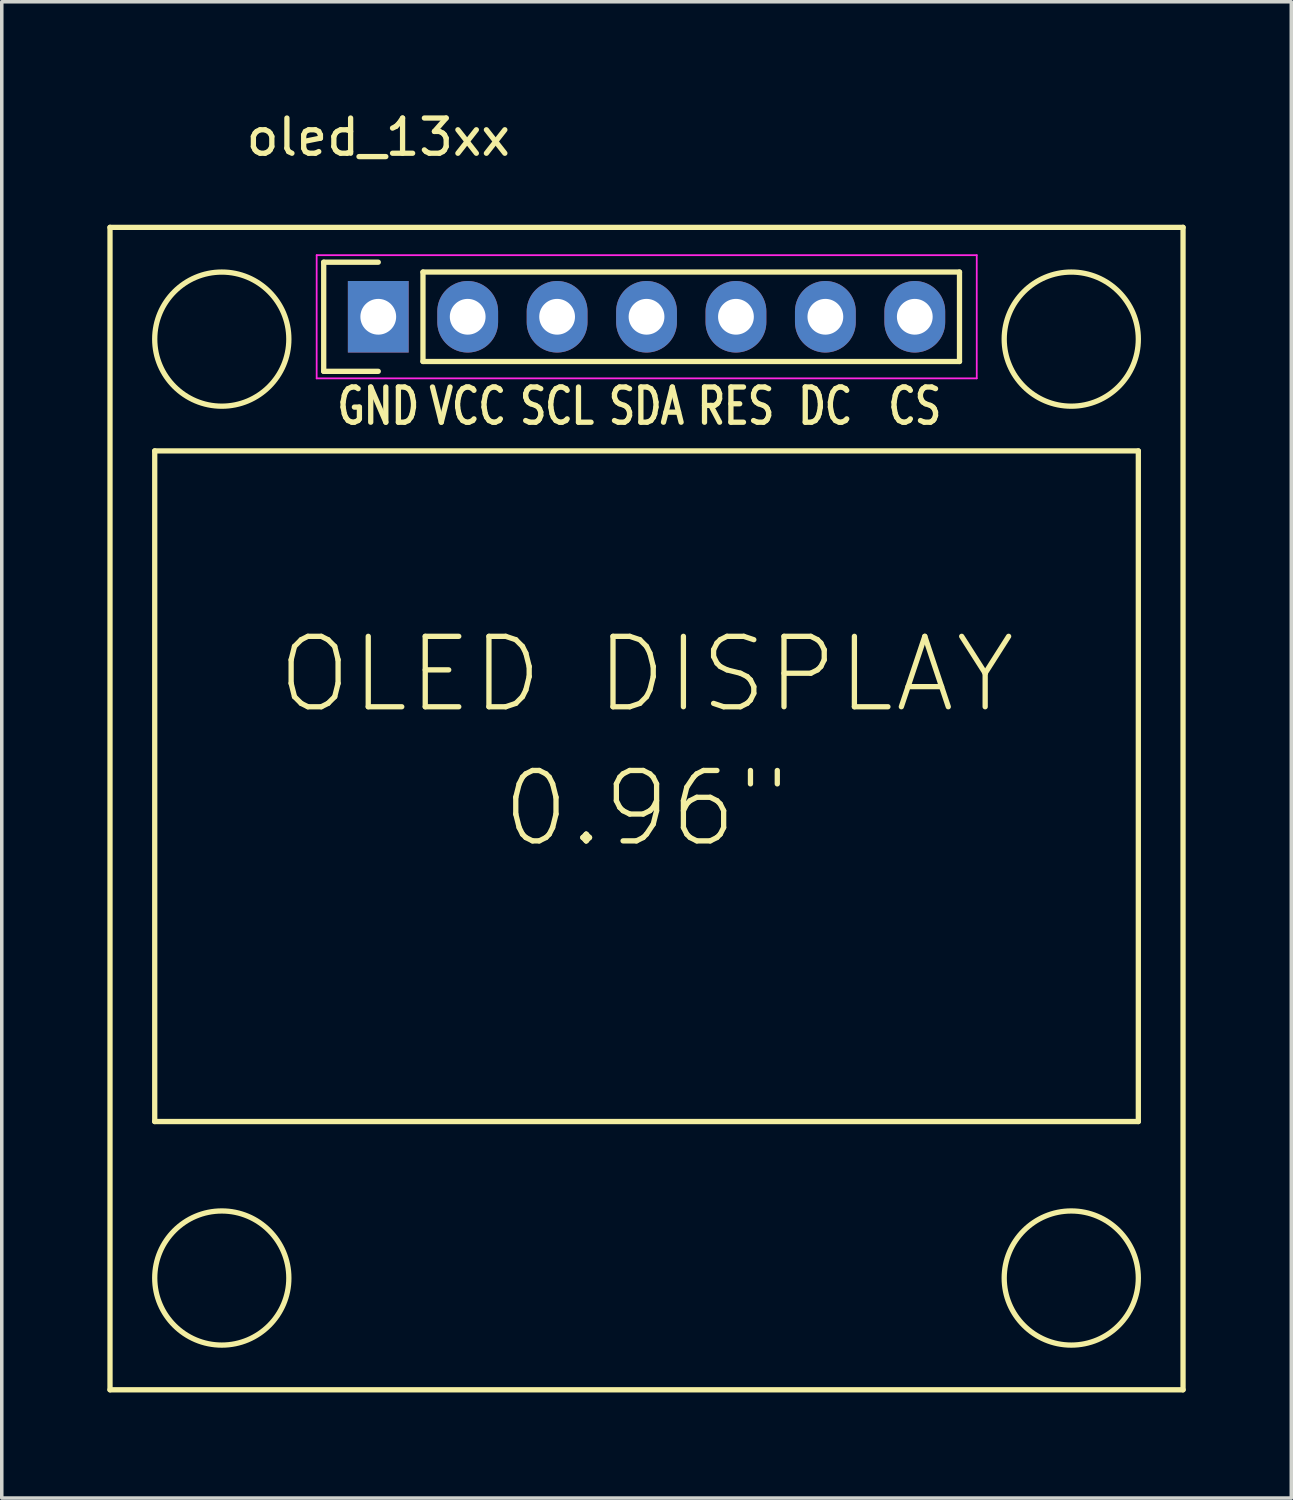
<source format=kicad_pcb>
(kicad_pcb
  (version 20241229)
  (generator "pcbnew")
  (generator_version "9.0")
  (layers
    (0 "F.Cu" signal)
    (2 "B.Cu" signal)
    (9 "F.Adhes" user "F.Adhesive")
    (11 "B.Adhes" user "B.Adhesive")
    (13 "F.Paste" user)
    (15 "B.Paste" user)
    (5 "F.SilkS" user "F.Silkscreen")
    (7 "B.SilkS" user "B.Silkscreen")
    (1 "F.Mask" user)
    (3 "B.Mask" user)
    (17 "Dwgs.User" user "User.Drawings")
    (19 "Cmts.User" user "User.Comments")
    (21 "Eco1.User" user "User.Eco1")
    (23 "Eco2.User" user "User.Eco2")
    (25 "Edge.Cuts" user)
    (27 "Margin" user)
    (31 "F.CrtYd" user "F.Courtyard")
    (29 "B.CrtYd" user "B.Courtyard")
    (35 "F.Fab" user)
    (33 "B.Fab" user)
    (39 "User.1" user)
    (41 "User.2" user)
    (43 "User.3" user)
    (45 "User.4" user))
  (footprint "oled_13xx"
    (layer "F.Cu")
    (at 15.315 5.948)
    (property "Reference" "oled_13xx" (at -7.62 -5.1 0) (layer "F.SilkS") (effects (font (size 1 1) (thickness 0.15))))
    (attr through_hole)
    (fp_line (start -15.24 -2.54) (end 15.24 -2.54) (stroke (width 0.15) (type solid)) (layer "F.SilkS"))
    (fp_line (start -15.24 30.48) (end -15.24 -2.54) (stroke (width 0.15) (type solid)) (layer "F.SilkS"))
    (fp_line (start -13.97 3.81) (end 13.97 3.81) (stroke (width 0.15) (type solid)) (layer "F.SilkS"))
    (fp_line (start -13.97 22.86) (end -13.97 3.81) (stroke (width 0.15) (type solid)) (layer "F.SilkS"))
    (fp_line (start -9.17 -1.55) (end -9.17 1.55) (stroke (width 0.15) (type solid)) (layer "F.SilkS"))
    (fp_line (start -9.17 1.55) (end -7.62 1.55) (stroke (width 0.15) (type solid)) (layer "F.SilkS"))
    (fp_line (start -7.62 -1.55) (end -9.17 -1.55) (stroke (width 0.15) (type solid)) (layer "F.SilkS"))
    (fp_line (start -6.35 1.27) (end -6.35 -1.27) (stroke (width 0.15) (type solid)) (layer "F.SilkS"))
    (fp_line (start -6.35 1.27) (end 8.89 1.27) (stroke (width 0.15) (type solid)) (layer "F.SilkS"))
    (fp_line (start 8.89 -1.27) (end -6.35 -1.27) (stroke (width 0.15) (type solid)) (layer "F.SilkS"))
    (fp_line (start 8.89 1.27) (end 8.89 -1.27) (stroke (width 0.15) (type solid)) (layer "F.SilkS"))
    (fp_line (start 13.97 3.81) (end 13.97 22.86) (stroke (width 0.15) (type solid)) (layer "F.SilkS"))
    (fp_line (start 13.97 22.86) (end -13.97 22.86) (stroke (width 0.15) (type solid)) (layer "F.SilkS"))
    (fp_line (start 15.24 -2.54) (end 15.24 30.48) (stroke (width 0.15) (type solid)) (layer "F.SilkS"))
    (fp_line (start 15.24 30.48) (end -15.24 30.48) (stroke (width 0.15) (type solid)) (layer "F.SilkS"))
    (fp_circle (center -12.065 0.635) (end -12.065 -1.27) (stroke (width 0.15) (type solid)) (fill no) (layer "F.SilkS"))
    (fp_circle (center -12.065 27.305) (end -12.065 25.4) (stroke (width 0.15) (type solid)) (fill no) (layer "F.SilkS"))
    (fp_circle (center 12.065 0.635) (end 12.065 -1.27) (stroke (width 0.15) (type solid)) (fill no) (layer "F.SilkS"))
    (fp_circle (center 12.065 27.305) (end 12.065 29.21) (stroke (width 0.15) (type solid)) (fill no) (layer "F.SilkS"))
    (fp_line (start -9.37 -1.75) (end -9.37 1.75) (stroke (width 0.05) (type solid)) (layer "F.CrtYd"))
    (fp_line (start -9.37 -1.75) (end 9.38 -1.75) (stroke (width 0.05) (type solid)) (layer "F.CrtYd"))
    (fp_line (start -9.37 1.75) (end 9.38 1.75) (stroke (width 0.05) (type solid)) (layer "F.CrtYd"))
    (fp_line (start 9.38 -1.75) (end 9.38 1.75) (stroke (width 0.05) (type solid)) (layer "F.CrtYd"))
    (fp_text user "SDA" (at 0 2.54 0) (layer "F.SilkS") (effects (font (size 1 0.75) (thickness 0.15))))
    (fp_text user "DC" (at 5.08 2.54 0) (layer "F.SilkS") (effects (font (size 1 0.75) (thickness 0.15))))
    (fp_text user "0.96\"" (at 0 13.97 0) (layer "F.SilkS") (effects (font (size 2 2) (thickness 0.15))))
    (fp_text user "GND" (at -7.62 2.54 0) (layer "F.SilkS") (effects (font (size 1 0.75) (thickness 0.15))))
    (fp_text user "VCC" (at -5.08 2.54 0) (layer "F.SilkS") (effects (font (size 1 0.75) (thickness 0.15))))
    (fp_text user "CS" (at 7.62 2.54 0) (layer "F.SilkS") (effects (font (size 1 0.75) (thickness 0.15))))
    (fp_text user "SCL" (at -2.54 2.54 0) (layer "F.SilkS") (effects (font (size 1 0.75) (thickness 0.15))))
    (fp_text user "OLED DISPLAY" (at 0 10.16 0) (layer "F.SilkS") (effects (font (size 2 2) (thickness 0.15))))
    (fp_text user "RES" (at 2.54 2.54 0) (layer "F.SilkS") (effects (font (size 1 0.75) (thickness 0.15))))
    (pad "1" thru_hole rect (at -7.62 0) (size 1.727 2.032) (drill 1.016) (layers "*.Cu" "*.Mask"))
    (pad "2" thru_hole oval (at -5.08 0) (size 1.727 2.032) (drill 1.016) (layers "*.Cu" "*.Mask"))
    (pad "3" thru_hole oval (at -2.54 0) (size 1.727 2.032) (drill 1.016) (layers "*.Cu" "*.Mask"))
    (pad "4" thru_hole oval (at 0 0) (size 1.727 2.032) (drill 1.016) (layers "*.Cu" "*.Mask"))
    (pad "5" thru_hole oval (at 2.54 0) (size 1.727 2.032) (drill 1.016) (layers "*.Cu" "*.Mask"))
    (pad "6" thru_hole oval (at 5.08 0) (size 1.727 2.032) (drill 1.016) (layers "*.Cu" "*.Mask"))
    (pad "7" thru_hole oval (at 7.62 0) (size 1.727 2.032) (drill 1.016) (layers "*.Cu" "*.Mask")))
  (gr_rect
    (start -3 -3)
    (end 33.63 39.503)
    (stroke (width 0.1) (type default))
    (fill no)
    (layer "Edge.Cuts")))
</source>
